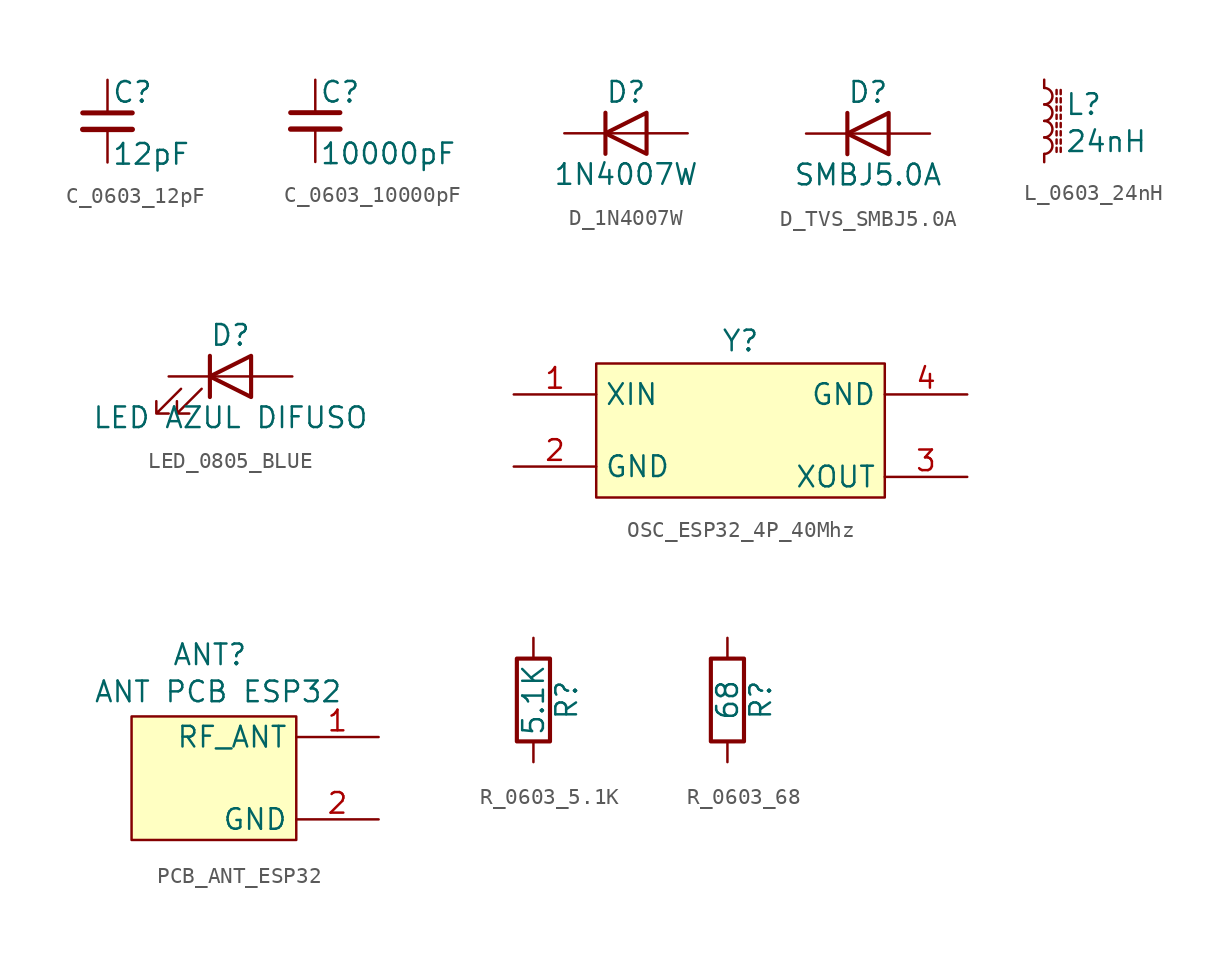
<source format=kicad_sym>
(kicad_symbol_lib
  (version 20241209)
  (generator "kicad_symbol_editor")
  (generator_version "9.0")
  (symbol "C_0603_12pF"
    (pin_numbers
      (hide yes))
    (pin_names
      (offset 0.254)
      (hide yes))
    (property "Reference" "C"
      (at 0.254 1.778 0)
      (effects (font (size 1.27 1.27)) (justify left)))
    (property "Value" "12pF"
      (at 0.254 -2.032 0)
      (effects (font (size 1.27 1.27)) (justify left)))
    (symbol "C_0603_12pF_0_1"
      (polyline (pts (xy -1.524 0.508) (xy 1.524 0.508)) (stroke (width 0.305) (type default)) (fill (type none)))
      (polyline (pts (xy -1.524 -0.508) (xy 1.524 -0.508)) (stroke (width 0.33) (type default)) (fill (type none))))
    (symbol "C_0603_12pF_1_1"
      (pin passive line (at 0 2.54 270) (length 2.032) (name "~" (effects (font (size 1.27 1.27)))) (number "1" (effects (font (size 1.27 1.27)))))
      (pin passive line (at 0 -2.54 90) (length 2.032) (name "~" (effects (font (size 1.27 1.27)))) (number "2" (effects (font (size 1.27 1.27)))))))
  (symbol "C_0603_10000pF"
    (pin_numbers
      (hide yes))
    (pin_names
      (offset 0.254)
      (hide yes))
    (property "Reference" "C"
      (at 0.254 1.778 0)
      (effects (font (size 1.27 1.27)) (justify left)))
    (property "Value" "10000pF"
      (at 0.254 -2.032 0)
      (effects (font (size 1.27 1.27)) (justify left)))
    (symbol "C_0603_10000pF_0_1"
      (polyline (pts (xy -1.524 0.508) (xy 1.524 0.508)) (stroke (width 0.305) (type default)) (fill (type none)))
      (polyline (pts (xy -1.524 -0.508) (xy 1.524 -0.508)) (stroke (width 0.33) (type default)) (fill (type none))))
    (symbol "C_0603_10000pF_1_1"
      (pin passive line (at 0 2.54 270) (length 2.032) (name "~" (effects (font (size 1.27 1.27)))) (number "1" (effects (font (size 1.27 1.27)))))
      (pin passive line (at 0 -2.54 90) (length 2.032) (name "~" (effects (font (size 1.27 1.27)))) (number "2" (effects (font (size 1.27 1.27)))))))
  (symbol "D_1N4007W"
    (pin_numbers
      (hide yes))
    (pin_names
      (offset 1.016)
      (hide yes))
    (property "Reference" "D"
      (at 0 2.54 0)
      (effects (font (size 1.27 1.27))))
    (property "Value" "1N4007W"
      (at 0 -2.54 0)
      (effects (font (size 1.27 1.27))))
    (symbol "D_1N4007W_0_1"
      (polyline (pts (xy -1.27 1.27) (xy -1.27 -1.27)) (stroke (width 0.254) (type default)) (fill (type none)))
      (polyline (pts (xy 1.27 1.27) (xy 1.27 -1.27) (xy -1.27 0) (xy 1.27 1.27)) (stroke (width 0.254) (type default)) (fill (type none)))
      (polyline (pts (xy 1.27 0) (xy -1.27 0)) (stroke (width 0) (type default)) (fill (type none))))
    (symbol "D_1N4007W_1_1"
      (pin passive line (at -3.81 0 0) (length 2.54) (name "K" (effects (font (size 1.27 1.27)))) (number "1" (effects (font (size 1.27 1.27)))))
      (pin passive line (at 3.81 0 180) (length 2.54) (name "A" (effects (font (size 1.27 1.27)))) (number "2" (effects (font (size 1.27 1.27)))))))
  (symbol "D_TVS_SMBJ5.0A"
    (pin_numbers
      (hide yes))
    (pin_names
      (offset 1.016)
      (hide yes))
    (property "Reference" "D"
      (at 0 2.54 0)
      (effects (font (size 1.27 1.27))))
    (property "Value" "SMBJ5.0A"
      (at 0 -2.54 0)
      (effects (font (size 1.27 1.27))))
    (symbol "D_TVS_SMBJ5.0A_0_1"
      (polyline (pts (xy -1.27 1.27) (xy -1.27 -1.27)) (stroke (width 0.254) (type default)) (fill (type none)))
      (polyline (pts (xy 1.27 1.27) (xy 1.27 -1.27) (xy -1.27 0) (xy 1.27 1.27)) (stroke (width 0.254) (type default)) (fill (type none)))
      (polyline (pts (xy 1.27 0) (xy -1.27 0)) (stroke (width 0) (type default)) (fill (type none))))
    (symbol "D_TVS_SMBJ5.0A_1_1"
      (pin passive line (at -3.81 0 0) (length 2.54) (name "K" (effects (font (size 1.27 1.27)))) (number "1" (effects (font (size 1.27 1.27)))))
      (pin passive line (at 3.81 0 180) (length 2.54) (name "A" (effects (font (size 1.27 1.27)))) (number "2" (effects (font (size 1.27 1.27)))))))
  (symbol "L_0603_24nH"
    (pin_numbers
      (hide yes))
    (pin_names
      (offset 0.254)
      (hide yes))
    (property "Reference" "L"
      (at 1.27 1.016 0)
      (effects (font (size 1.27 1.27)) (justify left)))
    (property "Value" "24nH"
      (at 1.27 -1.27 0)
      (effects (font (size 1.27 1.27)) (justify left)))
    (symbol "L_0603_24nH_0_1"
      (arc (start 0 2.032) (mid 0.5058 1.524) (end 0 1.016) (stroke (width 0) (type default)) (fill (type none)))
      (arc (start 0 1.016) (mid 0.5058 0.508) (end 0 0) (stroke (width 0) (type default)) (fill (type none)))
      (arc (start 0 0) (mid 0.5058 -0.508) (end 0 -1.016) (stroke (width 0) (type default)) (fill (type none)))
      (arc (start 0 -1.016) (mid 0.5058 -1.524) (end 0 -2.032) (stroke (width 0) (type default)) (fill (type none)))
      (polyline (pts (xy 0.762 1.651) (xy 0.762 1.905)) (stroke (width 0) (type default)) (fill (type none)))
      (polyline (pts (xy 0.762 1.143) (xy 0.762 1.397)) (stroke (width 0) (type default)) (fill (type none)))
      (polyline (pts (xy 0.762 0.635) (xy 0.762 0.889)) (stroke (width 0) (type default)) (fill (type none)))
      (polyline (pts (xy 0.762 0.127) (xy 0.762 0.381)) (stroke (width 0) (type default)) (fill (type none)))
      (polyline (pts (xy 0.762 -0.381) (xy 0.762 -0.127)) (stroke (width 0) (type default)) (fill (type none)))
      (polyline (pts (xy 0.762 -0.889) (xy 0.762 -0.635)) (stroke (width 0) (type default)) (fill (type none)))
      (polyline (pts (xy 0.762 -1.397) (xy 0.762 -1.143)) (stroke (width 0) (type default)) (fill (type none)))
      (polyline (pts (xy 0.762 -1.905) (xy 0.762 -1.651)) (stroke (width 0) (type default)) (fill (type none)))
      (polyline (pts (xy 1.016 1.905) (xy 1.016 1.651)) (stroke (width 0) (type default)) (fill (type none)))
      (polyline (pts (xy 1.016 1.397) (xy 1.016 1.143)) (stroke (width 0) (type default)) (fill (type none)))
      (polyline (pts (xy 1.016 0.889) (xy 1.016 0.635)) (stroke (width 0) (type default)) (fill (type none)))
      (polyline (pts (xy 1.016 0.381) (xy 1.016 0.127)) (stroke (width 0) (type default)) (fill (type none)))
      (polyline (pts (xy 1.016 -0.127) (xy 1.016 -0.381)) (stroke (width 0) (type default)) (fill (type none)))
      (polyline (pts (xy 1.016 -0.635) (xy 1.016 -0.889)) (stroke (width 0) (type default)) (fill (type none)))
      (polyline (pts (xy 1.016 -1.143) (xy 1.016 -1.397)) (stroke (width 0) (type default)) (fill (type none)))
      (polyline (pts (xy 1.016 -1.651) (xy 1.016 -1.905)) (stroke (width 0) (type default)) (fill (type none))))
    (symbol "L_0603_24nH_1_1"
      (pin passive line (at 0 2.54 270) (length 0.508) (name "~" (effects (font (size 1.27 1.27)))) (number "1" (effects (font (size 1.27 1.27)))))
      (pin passive line (at 0 -2.54 90) (length 0.508) (name "~" (effects (font (size 1.27 1.27)))) (number "2" (effects (font (size 1.27 1.27)))))))
  (symbol "LED_0805_BLUE"
    (pin_numbers
      (hide yes))
    (pin_names
      (offset 1.016)
      (hide yes))
    (property "Reference" "D"
      (at 0 2.54 0)
      (effects (font (size 1.27 1.27))))
    (property "Value" "LED AZUL DIFUSO"
      (at 0 -2.54 0)
      (effects (font (size 1.27 1.27))))
    (symbol "LED_0805_BLUE_0_1"
      (polyline (pts (xy -3.048 -0.762) (xy -4.572 -2.286) (xy -3.81 -2.286) (xy -4.572 -2.286) (xy -4.572 -1.524)) (stroke (width 0) (type default)) (fill (type none)))
      (polyline (pts (xy -1.778 -0.762) (xy -3.302 -2.286) (xy -2.54 -2.286) (xy -3.302 -2.286) (xy -3.302 -1.524)) (stroke (width 0) (type default)) (fill (type none)))
      (polyline (pts (xy -1.27 0) (xy 1.27 0)) (stroke (width 0) (type default)) (fill (type none)))
      (polyline (pts (xy -1.27 -1.27) (xy -1.27 1.27)) (stroke (width 0.254) (type default)) (fill (type none)))
      (polyline (pts (xy 1.27 -1.27) (xy 1.27 1.27) (xy -1.27 0) (xy 1.27 -1.27)) (stroke (width 0.254) (type default)) (fill (type none))))
    (symbol "LED_0805_BLUE_1_1"
      (pin passive line (at -3.81 0 0) (length 2.54) (name "K" (effects (font (size 1.27 1.27)))) (number "1" (effects (font (size 1.27 1.27)))))
      (pin passive line (at 3.81 0 180) (length 2.54) (name "A" (effects (font (size 1.27 1.27)))) (number "2" (effects (font (size 1.27 1.27)))))))
  (symbol "OSC_ESP32_4P_40Mhz"
    (property "Reference" "Y"
      (at 0 5.842 0)
      (effects (font (size 1.27 1.27))))
    (property "Value" ""
      (at 0 0 0)
      (effects (font (size 1.27 1.27))))
    (symbol "OSC_ESP32_4P_40Mhz_0_1"
      (rectangle (start -8.89 4.445) (end 8.89 -3.81) (stroke (width 0) (type solid)) (fill (type background))))
    (symbol "OSC_ESP32_4P_40Mhz_1_1"
      (pin input line (at -13.97 2.54 0) (length 5.08) (name "XIN" (effects (font (size 1.27 1.27)))) (number "1" (effects (font (size 1.27 1.27)))))
      (pin input line (at -13.97 -1.905 0) (length 5.08) (name "GND" (effects (font (size 1.27 1.27)))) (number "2" (effects (font (size 1.27 1.27)))))
      (pin input line (at 13.97 2.54 180) (length 5.08) (name "GND" (effects (font (size 1.27 1.27)))) (number "4" (effects (font (size 1.27 1.27)))))
      (pin input line (at 13.97 -2.54 180) (length 5.08) (name "XOUT" (effects (font (size 1.27 1.27)))) (number "3" (effects (font (size 1.27 1.27)))))))
  (symbol "PCB_ANT_ESP32"
    (property "Reference" "ANT"
      (at -0.254 5.08 0)
      (effects (font (size 1.27 1.27))))
    (property "Value" "ANT PCB ESP32"
      (at 0.254 2.794 0)
      (effects (font (size 1.27 1.27))))
    (symbol "PCB_ANT_ESP32_1_1"
      (rectangle (start -5.08 1.27) (end 5.08 -6.35) (stroke (width 0) (type solid)) (fill (type background)))
      (pin passive line (at 10.16 0 180) (length 5.08) (name "RF_ANT" (effects (font (size 1.27 1.27)))) (number "1" (effects (font (size 1.27 1.27)))))
      (pin passive line (at 10.16 -5.08 180) (length 5.08) (name "GND" (effects (font (size 1.27 1.27)))) (number "2" (effects (font (size 1.27 1.27)))))))
  (symbol "R_0603_5.1K"
    (pin_numbers
      (hide yes))
    (pin_names
      (offset 0))
    (property "Reference" "R"
      (at 2.032 0 90)
      (effects (font (size 1.27 1.27))))
    (property "Value" "5.1K"
      (at 0 0 90)
      (effects (font (size 1.27 1.27))))
    (symbol "R_0603_5.1K_0_1"
      (rectangle (start -1.016 -2.54) (end 1.016 2.54) (stroke (width 0.254) (type default)) (fill (type none))))
    (symbol "R_0603_5.1K_1_1"
      (pin passive line (at 0 3.81 270) (length 1.27) (name "~" (effects (font (size 1.27 1.27)))) (number "1" (effects (font (size 1.27 1.27)))))
      (pin passive line (at 0 -3.81 90) (length 1.27) (name "~" (effects (font (size 1.27 1.27)))) (number "2" (effects (font (size 1.27 1.27)))))))
  (symbol "R_0603_68"
    (pin_numbers
      (hide yes))
    (pin_names
      (offset 0))
    (property "Reference" "R"
      (at 2.032 0 90)
      (effects (font (size 1.27 1.27))))
    (property "Value" "68"
      (at 0 0 90)
      (effects (font (size 1.27 1.27))))
    (symbol "R_0603_68_0_1"
      (rectangle (start -1.016 -2.54) (end 1.016 2.54) (stroke (width 0.254) (type default)) (fill (type none))))
    (symbol "R_0603_68_1_1"
      (pin passive line (at 0 3.81 270) (length 1.27) (name "~" (effects (font (size 1.27 1.27)))) (number "1" (effects (font (size 1.27 1.27)))))
      (pin passive line (at 0 -3.81 90) (length 1.27) (name "~" (effects (font (size 1.27 1.27)))) (number "2" (effects (font (size 1.27 1.27))))))))
</source>
